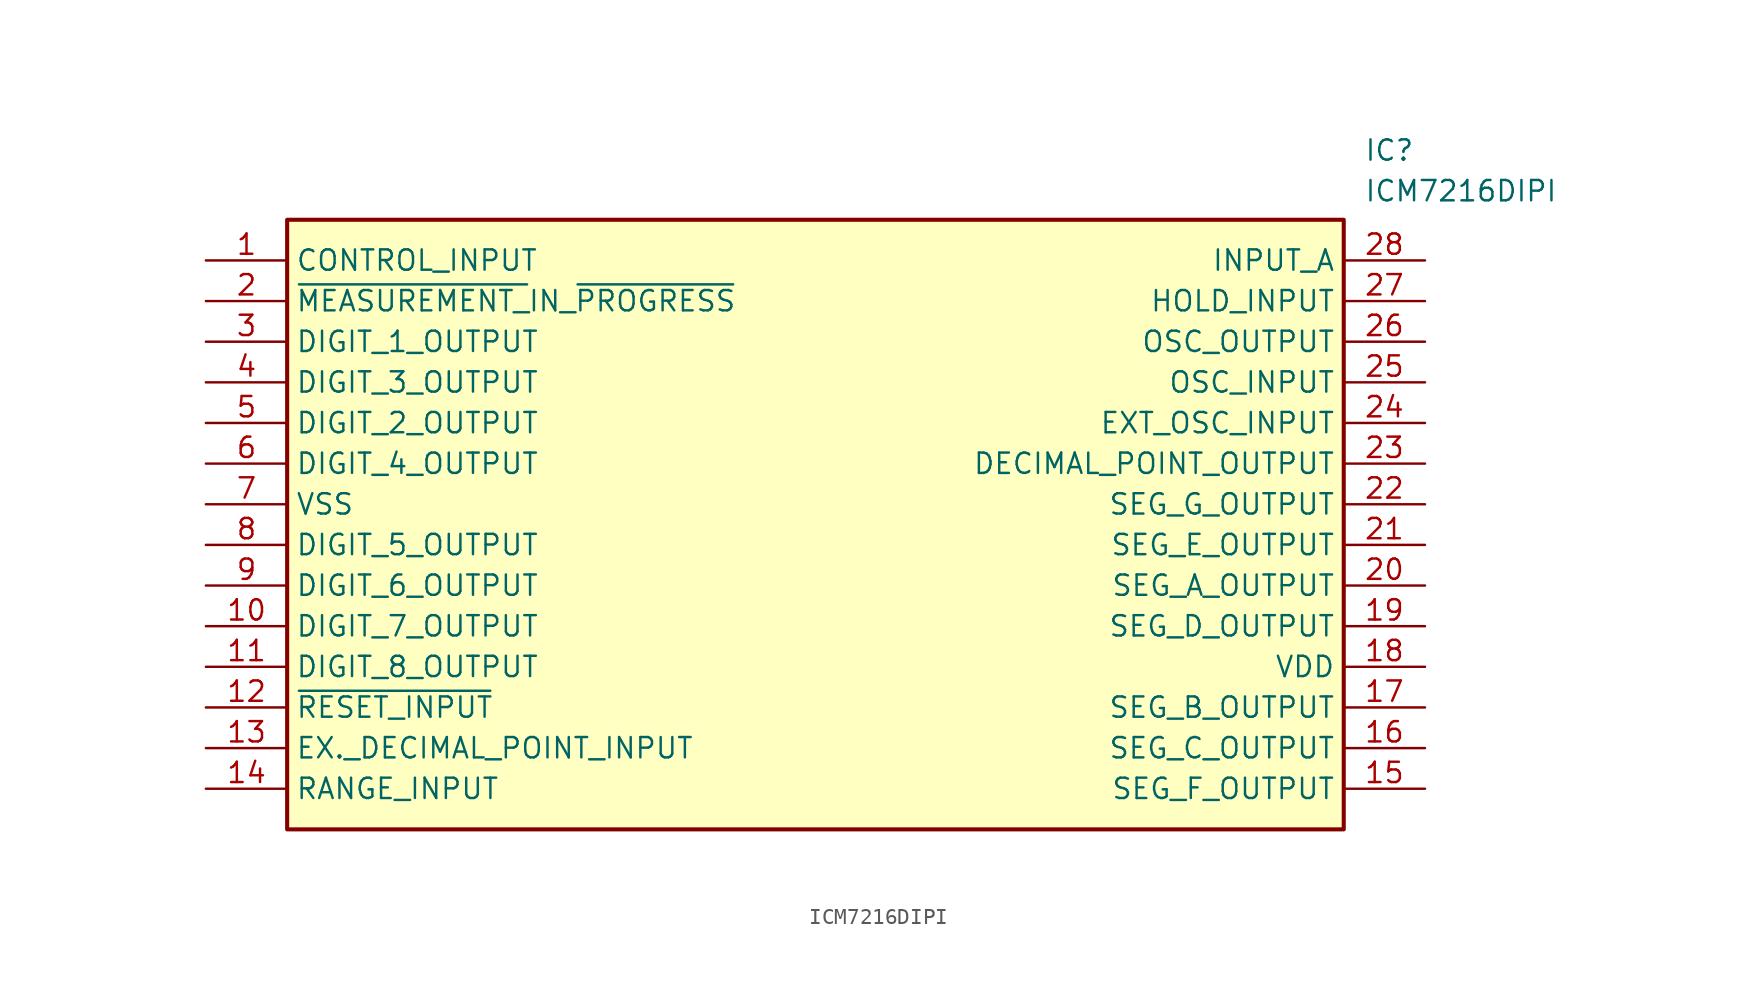
<source format=kicad_sym>
(kicad_symbol_lib
  (version 20211014)
  (generator SamacSys_ECAD_Model)
  (symbol "ICM7216DIPI"
    (property "Reference" "IC"
      (at 72.39 7.62 0)
      (effects (font (size 1.27 1.27)) (justify left top)))
    (property "Value" "ICM7216DIPI"
      (at 72.39 5.08 0)
      (effects (font (size 1.27 1.27)) (justify left top)))
    (rectangle
      (start 5.08 2.54)
      (end 71.12 -35.56)
      (stroke (width 0.254) (type default))
      (fill (type background)))
    (pin passive line
      (at 0 0 0)
      (length 5.08)
      (name "CONTROL_INPUT" (effects (font (size 1.27 1.27))))
      (number "1" (effects (font (size 1.27 1.27)))))
    (pin passive line
      (at 0 -2.54 0)
      (length 5.08)
      (name "~{MEASUREMENT_}IN_~{PROGRESS}" (effects (font (size 1.27 1.27))))
      (number "2" (effects (font (size 1.27 1.27)))))
    (pin passive line
      (at 0 -5.08 0)
      (length 5.08)
      (name "DIGIT_1_OUTPUT" (effects (font (size 1.27 1.27))))
      (number "3" (effects (font (size 1.27 1.27)))))
    (pin passive line
      (at 0 -7.62 0)
      (length 5.08)
      (name "DIGIT_3_OUTPUT" (effects (font (size 1.27 1.27))))
      (number "4" (effects (font (size 1.27 1.27)))))
    (pin passive line
      (at 0 -10.16 0)
      (length 5.08)
      (name "DIGIT_2_OUTPUT" (effects (font (size 1.27 1.27))))
      (number "5" (effects (font (size 1.27 1.27)))))
    (pin passive line
      (at 0 -12.7 0)
      (length 5.08)
      (name "DIGIT_4_OUTPUT" (effects (font (size 1.27 1.27))))
      (number "6" (effects (font (size 1.27 1.27)))))
    (pin passive line
      (at 0 -15.24 0)
      (length 5.08)
      (name "VSS" (effects (font (size 1.27 1.27))))
      (number "7" (effects (font (size 1.27 1.27)))))
    (pin passive line
      (at 0 -17.78 0)
      (length 5.08)
      (name "DIGIT_5_OUTPUT" (effects (font (size 1.27 1.27))))
      (number "8" (effects (font (size 1.27 1.27)))))
    (pin passive line
      (at 0 -20.32 0)
      (length 5.08)
      (name "DIGIT_6_OUTPUT" (effects (font (size 1.27 1.27))))
      (number "9" (effects (font (size 1.27 1.27)))))
    (pin passive line
      (at 0 -22.86 0)
      (length 5.08)
      (name "DIGIT_7_OUTPUT" (effects (font (size 1.27 1.27))))
      (number "10" (effects (font (size 1.27 1.27)))))
    (pin passive line
      (at 0 -25.4 0)
      (length 5.08)
      (name "DIGIT_8_OUTPUT" (effects (font (size 1.27 1.27))))
      (number "11" (effects (font (size 1.27 1.27)))))
    (pin passive line
      (at 0 -27.94 0)
      (length 5.08)
      (name "~{RESET_INPUT}" (effects (font (size 1.27 1.27))))
      (number "12" (effects (font (size 1.27 1.27)))))
    (pin passive line
      (at 0 -30.48 0)
      (length 5.08)
      (name "EX._DECIMAL_POINT_INPUT" (effects (font (size 1.27 1.27))))
      (number "13" (effects (font (size 1.27 1.27)))))
    (pin passive line
      (at 0 -33.02 0)
      (length 5.08)
      (name "RANGE_INPUT" (effects (font (size 1.27 1.27))))
      (number "14" (effects (font (size 1.27 1.27)))))
    (pin passive line
      (at 76.2 0 180)
      (length 5.08)
      (name "INPUT_A" (effects (font (size 1.27 1.27))))
      (number "28" (effects (font (size 1.27 1.27)))))
    (pin passive line
      (at 76.2 -2.54 180)
      (length 5.08)
      (name "HOLD_INPUT" (effects (font (size 1.27 1.27))))
      (number "27" (effects (font (size 1.27 1.27)))))
    (pin passive line
      (at 76.2 -5.08 180)
      (length 5.08)
      (name "OSC_OUTPUT" (effects (font (size 1.27 1.27))))
      (number "26" (effects (font (size 1.27 1.27)))))
    (pin passive line
      (at 76.2 -7.62 180)
      (length 5.08)
      (name "OSC_INPUT" (effects (font (size 1.27 1.27))))
      (number "25" (effects (font (size 1.27 1.27)))))
    (pin passive line
      (at 76.2 -10.16 180)
      (length 5.08)
      (name "EXT_OSC_INPUT" (effects (font (size 1.27 1.27))))
      (number "24" (effects (font (size 1.27 1.27)))))
    (pin passive line
      (at 76.2 -12.7 180)
      (length 5.08)
      (name "DECIMAL_POINT_OUTPUT" (effects (font (size 1.27 1.27))))
      (number "23" (effects (font (size 1.27 1.27)))))
    (pin passive line
      (at 76.2 -15.24 180)
      (length 5.08)
      (name "SEG_G_OUTPUT" (effects (font (size 1.27 1.27))))
      (number "22" (effects (font (size 1.27 1.27)))))
    (pin passive line
      (at 76.2 -17.78 180)
      (length 5.08)
      (name "SEG_E_OUTPUT" (effects (font (size 1.27 1.27))))
      (number "21" (effects (font (size 1.27 1.27)))))
    (pin passive line
      (at 76.2 -20.32 180)
      (length 5.08)
      (name "SEG_A_OUTPUT" (effects (font (size 1.27 1.27))))
      (number "20" (effects (font (size 1.27 1.27)))))
    (pin passive line
      (at 76.2 -22.86 180)
      (length 5.08)
      (name "SEG_D_OUTPUT" (effects (font (size 1.27 1.27))))
      (number "19" (effects (font (size 1.27 1.27)))))
    (pin passive line
      (at 76.2 -25.4 180)
      (length 5.08)
      (name "VDD" (effects (font (size 1.27 1.27))))
      (number "18" (effects (font (size 1.27 1.27)))))
    (pin passive line
      (at 76.2 -27.94 180)
      (length 5.08)
      (name "SEG_B_OUTPUT" (effects (font (size 1.27 1.27))))
      (number "17" (effects (font (size 1.27 1.27)))))
    (pin passive line
      (at 76.2 -30.48 180)
      (length 5.08)
      (name "SEG_C_OUTPUT" (effects (font (size 1.27 1.27))))
      (number "16" (effects (font (size 1.27 1.27)))))
    (pin passive line
      (at 76.2 -33.02 180)
      (length 5.08)
      (name "SEG_F_OUTPUT" (effects (font (size 1.27 1.27))))
      (number "15" (effects (font (size 1.27 1.27)))))))
</source>
